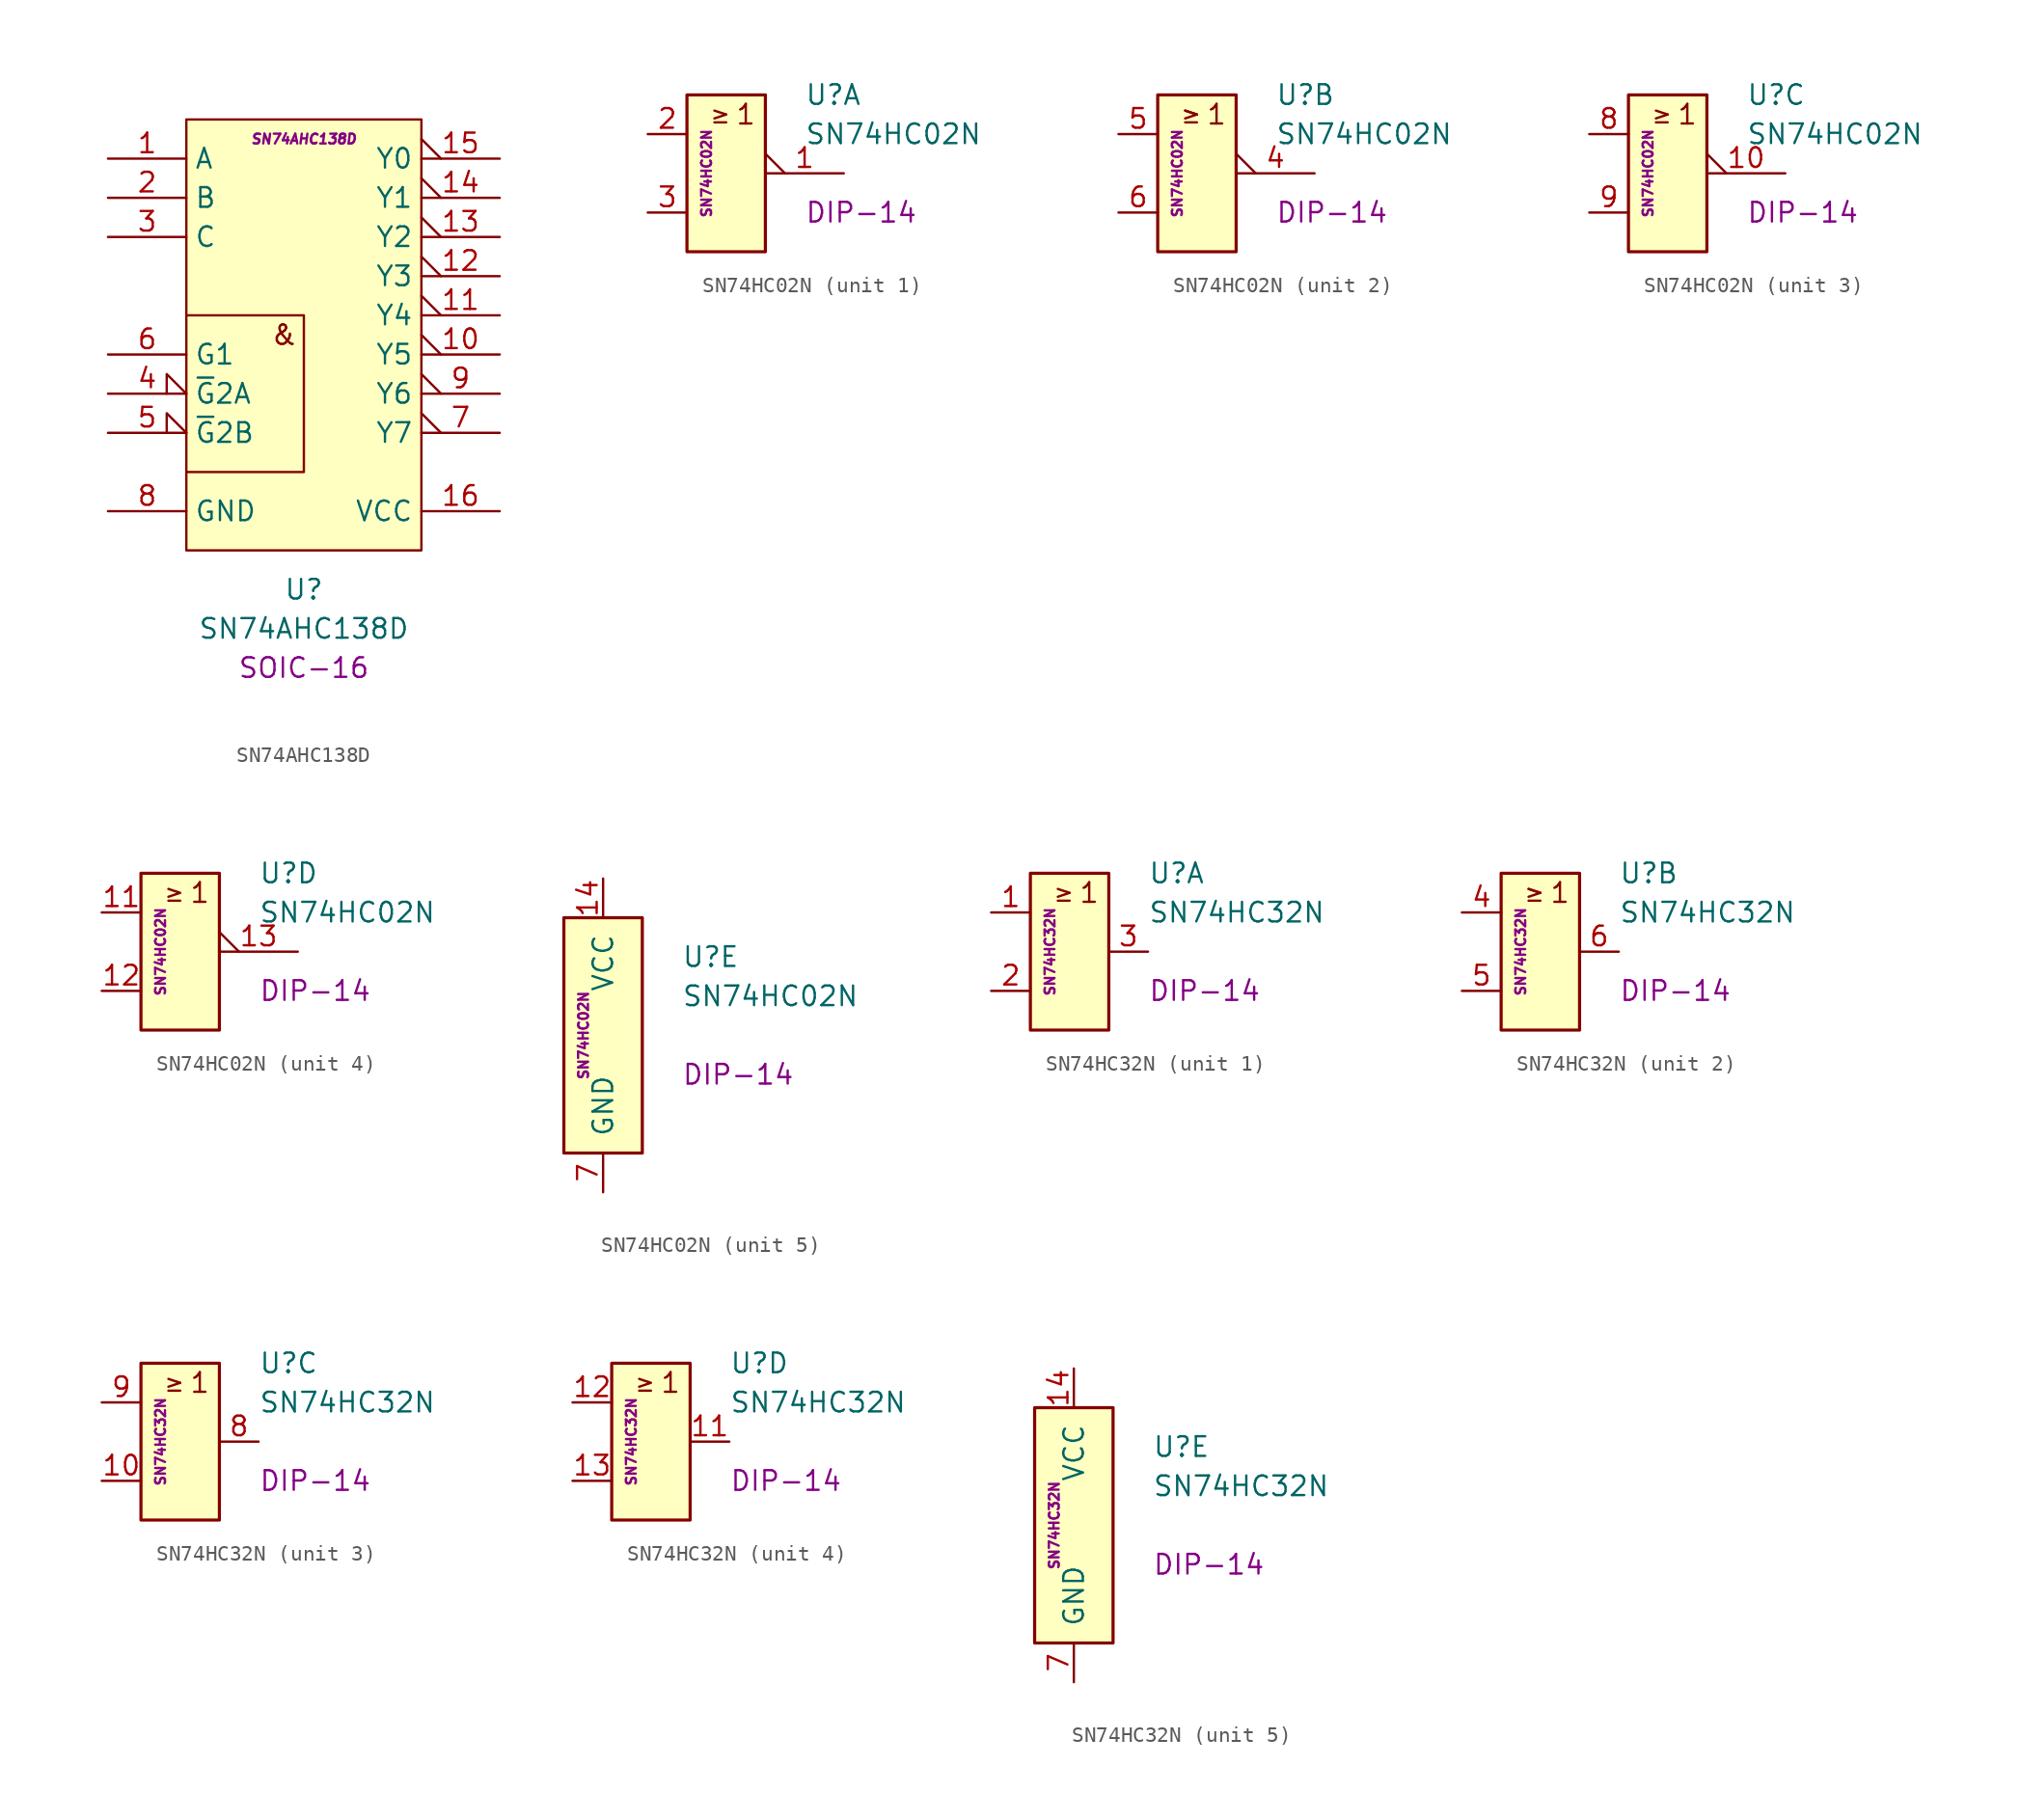
<source format=kicad_sym>
(kicad_symbol_lib
  (version 20201005)
  (generator kicad_symbol_editor)
  (symbol "U.Logic:SN74AHC138D"
    (property "Reference" "U"
      (at 0 -17.78 0)
      (effects (font (size 1.27 1.27))))
    (property "Value" "SN74AHC138D"
      (at 0 -20.32 0)
      (effects (font (size 1.27 1.27))))
    (property "Package" "SOIC-16"
      (at 0 -22.86 0)
      (effects (font (size 1.27 1.27))))
    (property "ID" "SN74AHC138D"
      (at 0 11.43 0)
      (effects (font (size 0.635 0.635) italic)))
    (symbol "SN74AHC138D_0_0"
      (text "&" (at -1.27 -1.27 0) (effects (font (size 1.27 1.27)))))
    (symbol "SN74AHC138D_0_1"
      (rectangle (start -7.62 12.7) (end 7.62 -15.24) (stroke (width 0.152)) (fill (type background)))
      (polyline (pts (xy -7.62 0) (xy 0 0) (xy 0 -10.16) (xy -7.62 -10.16)) (stroke (width 0.152)) (fill (type none))))
    (symbol "SN74AHC138D_1_1"
      (pin input line (at -12.7 10.16 0) (length 5.08) (name "A" (effects (font (size 1.27 1.27)))) (number "1" (effects (font (size 1.27 1.27)))))
      (pin output output_low (at 12.7 -2.54 180) (length 5.08) (name "Y5" (effects (font (size 1.27 1.27)))) (number "10" (effects (font (size 1.27 1.27)))))
      (pin output output_low (at 12.7 0 180) (length 5.08) (name "Y4" (effects (font (size 1.27 1.27)))) (number "11" (effects (font (size 1.27 1.27)))))
      (pin output output_low (at 12.7 2.54 180) (length 5.08) (name "Y3" (effects (font (size 1.27 1.27)))) (number "12" (effects (font (size 1.27 1.27)))))
      (pin output output_low (at 12.7 5.08 180) (length 5.08) (name "Y2" (effects (font (size 1.27 1.27)))) (number "13" (effects (font (size 1.27 1.27)))))
      (pin output output_low (at 12.7 7.62 180) (length 5.08) (name "Y1" (effects (font (size 1.27 1.27)))) (number "14" (effects (font (size 1.27 1.27)))))
      (pin output output_low (at 12.7 10.16 180) (length 5.08) (name "Y0" (effects (font (size 1.27 1.27)))) (number "15" (effects (font (size 1.27 1.27)))))
      (pin power_in line (at 12.7 -12.7 180) (length 5.08) (name "VCC" (effects (font (size 1.27 1.27)))) (number "16" (effects (font (size 1.27 1.27)))))
      (pin input line (at -12.7 7.62 0) (length 5.08) (name "B" (effects (font (size 1.27 1.27)))) (number "2" (effects (font (size 1.27 1.27)))))
      (pin input line (at -12.7 5.08 0) (length 5.08) (name "C" (effects (font (size 1.27 1.27)))) (number "3" (effects (font (size 1.27 1.27)))))
      (pin input input_low (at -12.7 -5.08 0) (length 5.08) (name "~G~2A" (effects (font (size 1.27 1.27)))) (number "4" (effects (font (size 1.27 1.27)))))
      (pin input input_low (at -12.7 -7.62 0) (length 5.08) (name "~G~2B" (effects (font (size 1.27 1.27)))) (number "5" (effects (font (size 1.27 1.27)))))
      (pin input line (at -12.7 -2.54 0) (length 5.08) (name "G1" (effects (font (size 1.27 1.27)))) (number "6" (effects (font (size 1.27 1.27)))))
      (pin output output_low (at 12.7 -7.62 180) (length 5.08) (name "Y7" (effects (font (size 1.27 1.27)))) (number "7" (effects (font (size 1.27 1.27)))))
      (pin power_in line (at -12.7 -12.7 0) (length 5.08) (name "GND" (effects (font (size 1.27 1.27)))) (number "8" (effects (font (size 1.27 1.27)))))
      (pin output output_low (at 12.7 -5.08 180) (length 5.08) (name "Y6" (effects (font (size 1.27 1.27)))) (number "9" (effects (font (size 1.27 1.27)))))))
  (symbol "U.Logic:SN74HC02N"
    (pin_names
      (offset 1.016))
    (property "Reference" "U"
      (at 5.08 5.08 0)
      (effects (font (size 1.27 1.27)) (justify left)))
    (property "Value" "SN74HC02N"
      (at 5.08 2.54 0)
      (effects (font (size 1.27 1.27)) (justify left)))
    (property "Package" "DIP-14"
      (at 5.08 -2.54 0)
      (effects (font (size 1.27 1.27)) (justify left)))
    (property "ID" "SN74HC02N"
      (at -1.27 0 90)
      (effects (font (size 0.635 0.635))))
    (property "ki_locked" ""
      (at 0 0 0)
      (effects (font (size 1.27 1.27))))
    (symbol "SN74HC02N_1_0"
      (text "1" (at 1.27 3.81 0) (effects (font (size 1.27 1.27)))))
    (symbol "SN74HC02N_1_1"
      (rectangle (start -2.54 5.08) (end 2.54 -5.08) (stroke (width 0.203)) (fill (type background)))
      (polyline (pts (xy -0.762 3.302) (xy 0 3.302)) (stroke (width 0)) (fill (type none)))
      (polyline (pts (xy 0 3.81) (xy -0.762 3.556)) (stroke (width 0)) (fill (type none)))
      (polyline (pts (xy 0 3.81) (xy -0.762 4.064)) (stroke (width 0)) (fill (type none)))
      (pin output output_low (at 7.62 0 180) (length 5.08) (name "~" (effects (font (size 1.27 1.27)))) (number "1" (effects (font (size 1.27 1.27)))))
      (pin input line (at -5.08 2.54 0) (length 2.54) (name "~" (effects (font (size 1.27 1.27)))) (number "2" (effects (font (size 1.27 1.27)))))
      (pin input line (at -5.08 -2.54 0) (length 2.54) (name "~" (effects (font (size 1.27 1.27)))) (number "3" (effects (font (size 1.27 1.27))))))
    (symbol "SN74HC02N_2_0"
      (text "1" (at 1.27 3.81 0) (effects (font (size 1.27 1.27))))
      (polyline (pts (xy -0.762 3.302) (xy 0 3.302)) (stroke (width 0)) (fill (type none)))
      (polyline (pts (xy -0.762 3.556) (xy 0 3.81)) (stroke (width 0)) (fill (type none)))
      (polyline (pts (xy -0.762 4.064) (xy 0 3.81)) (stroke (width 0)) (fill (type none))))
    (symbol "SN74HC02N_2_1"
      (rectangle (start -2.54 5.08) (end 2.54 -5.08) (stroke (width 0.203)) (fill (type background)))
      (polyline (pts (xy 0 3.81) (xy -0.762 4.064)) (stroke (width 0)) (fill (type none)))
      (pin output output_low (at 7.62 0 180) (length 5.08) (name "~" (effects (font (size 1.27 1.27)))) (number "4" (effects (font (size 1.27 1.27)))))
      (pin input line (at -5.08 2.54 0) (length 2.54) (name "~" (effects (font (size 1.27 1.27)))) (number "5" (effects (font (size 1.27 1.27)))))
      (pin input line (at -5.08 -2.54 0) (length 2.54) (name "~" (effects (font (size 1.27 1.27)))) (number "6" (effects (font (size 1.27 1.27))))))
    (symbol "SN74HC02N_3_0"
      (text "1" (at 1.27 3.81 0) (effects (font (size 1.27 1.27))))
      (polyline (pts (xy -0.762 3.302) (xy 0 3.302)) (stroke (width 0)) (fill (type none)))
      (polyline (pts (xy -0.762 3.556) (xy 0 3.81)) (stroke (width 0)) (fill (type none)))
      (polyline (pts (xy -0.762 4.064) (xy 0 3.81)) (stroke (width 0)) (fill (type none))))
    (symbol "SN74HC02N_3_1"
      (rectangle (start -2.54 5.08) (end 2.54 -5.08) (stroke (width 0.203)) (fill (type background)))
      (pin output output_low (at 7.62 0 180) (length 5.08) (name "~" (effects (font (size 1.27 1.27)))) (number "10" (effects (font (size 1.27 1.27)))))
      (pin input line (at -5.08 2.54 0) (length 2.54) (name "~" (effects (font (size 1.27 1.27)))) (number "8" (effects (font (size 1.27 1.27)))))
      (pin input line (at -5.08 -2.54 0) (length 2.54) (name "~" (effects (font (size 1.27 1.27)))) (number "9" (effects (font (size 1.27 1.27))))))
    (symbol "SN74HC02N_4_0"
      (text "1" (at 1.27 3.81 0) (effects (font (size 1.27 1.27))))
      (polyline (pts (xy -0.762 3.302) (xy 0 3.302)) (stroke (width 0)) (fill (type none)))
      (polyline (pts (xy -0.762 4.064) (xy 0 3.81) (xy -0.762 3.556)) (stroke (width 0)) (fill (type none))))
    (symbol "SN74HC02N_4_1"
      (rectangle (start -2.54 5.08) (end 2.54 -5.08) (stroke (width 0.203)) (fill (type background)))
      (pin input line (at -5.08 2.54 0) (length 2.54) (name "~" (effects (font (size 1.27 1.27)))) (number "11" (effects (font (size 1.27 1.27)))))
      (pin input line (at -5.08 -2.54 0) (length 2.54) (name "~" (effects (font (size 1.27 1.27)))) (number "12" (effects (font (size 1.27 1.27)))))
      (pin output output_low (at 7.62 0 180) (length 5.08) (name "~" (effects (font (size 1.27 1.27)))) (number "13" (effects (font (size 1.27 1.27))))))
    (symbol "SN74HC02N_5_1"
      (rectangle (start -2.54 7.62) (end 2.54 -7.62) (stroke (width 0.203)) (fill (type background)))
      (pin power_in line (at 0 10.16 270) (length 2.54) (name "VCC" (effects (font (size 1.27 1.27)))) (number "14" (effects (font (size 1.27 1.27)))))
      (pin power_in line (at 0 -10.16 90) (length 2.54) (name "GND" (effects (font (size 1.27 1.27)))) (number "7" (effects (font (size 1.27 1.27)))))))
  (symbol "U.Logic:SN74HC32N"
    (pin_names
      (offset 1.016))
    (property "Reference" "U"
      (at 5.08 5.08 0)
      (effects (font (size 1.27 1.27)) (justify left)))
    (property "Value" "SN74HC32N"
      (at 5.08 2.54 0)
      (effects (font (size 1.27 1.27)) (justify left)))
    (property "Package" "DIP-14"
      (at 5.08 -2.54 0)
      (effects (font (size 1.27 1.27)) (justify left)))
    (property "ID" "SN74HC32N"
      (at -1.27 0 90)
      (effects (font (size 0.635 0.635))))
    (property "ki_locked" ""
      (at 0 0 0)
      (effects (font (size 1.27 1.27))))
    (symbol "SN74HC32N_1_0"
      (text "1" (at 1.27 3.81 0) (effects (font (size 1.27 1.27)))))
    (symbol "SN74HC32N_1_1"
      (rectangle (start -2.54 5.08) (end 2.54 -5.08) (stroke (width 0.203)) (fill (type background)))
      (polyline (pts (xy -0.762 3.302) (xy 0 3.302)) (stroke (width 0)) (fill (type none)))
      (polyline (pts (xy 0 3.81) (xy -0.762 3.556)) (stroke (width 0)) (fill (type none)))
      (polyline (pts (xy 0 3.81) (xy -0.762 4.064)) (stroke (width 0)) (fill (type none)))
      (pin input line (at -5.08 2.54 0) (length 2.54) (name "~" (effects (font (size 1.27 1.27)))) (number "1" (effects (font (size 1.27 1.27)))))
      (pin input line (at -5.08 -2.54 0) (length 2.54) (name "~" (effects (font (size 1.27 1.27)))) (number "2" (effects (font (size 1.27 1.27)))))
      (pin output line (at 5.08 0 180) (length 2.54) (name "~" (effects (font (size 1.27 1.27)))) (number "3" (effects (font (size 1.27 1.27))))))
    (symbol "SN74HC32N_2_0"
      (text "1" (at 1.27 3.81 0) (effects (font (size 1.27 1.27))))
      (polyline (pts (xy -0.762 3.302) (xy 0 3.302)) (stroke (width 0)) (fill (type none)))
      (polyline (pts (xy -0.762 3.556) (xy 0 3.81)) (stroke (width 0)) (fill (type none)))
      (polyline (pts (xy -0.762 4.064) (xy 0 3.81)) (stroke (width 0)) (fill (type none))))
    (symbol "SN74HC32N_2_1"
      (rectangle (start -2.54 5.08) (end 2.54 -5.08) (stroke (width 0.203)) (fill (type background)))
      (polyline (pts (xy 0 3.81) (xy -0.762 4.064)) (stroke (width 0)) (fill (type none)))
      (pin input line (at -5.08 2.54 0) (length 2.54) (name "~" (effects (font (size 1.27 1.27)))) (number "4" (effects (font (size 1.27 1.27)))))
      (pin input line (at -5.08 -2.54 0) (length 2.54) (name "~" (effects (font (size 1.27 1.27)))) (number "5" (effects (font (size 1.27 1.27)))))
      (pin output line (at 5.08 0 180) (length 2.54) (name "~" (effects (font (size 1.27 1.27)))) (number "6" (effects (font (size 1.27 1.27))))))
    (symbol "SN74HC32N_3_0"
      (text "1" (at 1.27 3.81 0) (effects (font (size 1.27 1.27))))
      (polyline (pts (xy -0.762 3.302) (xy 0 3.302)) (stroke (width 0)) (fill (type none)))
      (polyline (pts (xy -0.762 3.556) (xy 0 3.81)) (stroke (width 0)) (fill (type none)))
      (polyline (pts (xy -0.762 4.064) (xy 0 3.81)) (stroke (width 0)) (fill (type none))))
    (symbol "SN74HC32N_3_1"
      (rectangle (start -2.54 5.08) (end 2.54 -5.08) (stroke (width 0.203)) (fill (type background)))
      (pin input line (at -5.08 -2.54 0) (length 2.54) (name "~" (effects (font (size 1.27 1.27)))) (number "10" (effects (font (size 1.27 1.27)))))
      (pin output line (at 5.08 0 180) (length 2.54) (name "~" (effects (font (size 1.27 1.27)))) (number "8" (effects (font (size 1.27 1.27)))))
      (pin input line (at -5.08 2.54 0) (length 2.54) (name "~" (effects (font (size 1.27 1.27)))) (number "9" (effects (font (size 1.27 1.27))))))
    (symbol "SN74HC32N_4_0"
      (text "1" (at 1.27 3.81 0) (effects (font (size 1.27 1.27))))
      (polyline (pts (xy -0.762 3.302) (xy 0 3.302)) (stroke (width 0)) (fill (type none)))
      (polyline (pts (xy -0.762 4.064) (xy 0 3.81) (xy -0.762 3.556)) (stroke (width 0)) (fill (type none))))
    (symbol "SN74HC32N_4_1"
      (rectangle (start -2.54 5.08) (end 2.54 -5.08) (stroke (width 0.203)) (fill (type background)))
      (pin output line (at 5.08 0 180) (length 2.54) (name "~" (effects (font (size 1.27 1.27)))) (number "11" (effects (font (size 1.27 1.27)))))
      (pin input line (at -5.08 2.54 0) (length 2.54) (name "~" (effects (font (size 1.27 1.27)))) (number "12" (effects (font (size 1.27 1.27)))))
      (pin input line (at -5.08 -2.54 0) (length 2.54) (name "~" (effects (font (size 1.27 1.27)))) (number "13" (effects (font (size 1.27 1.27))))))
    (symbol "SN74HC32N_5_1"
      (rectangle (start -2.54 7.62) (end 2.54 -7.62) (stroke (width 0.203)) (fill (type background)))
      (pin power_in line (at 0 10.16 270) (length 2.54) (name "VCC" (effects (font (size 1.27 1.27)))) (number "14" (effects (font (size 1.27 1.27)))))
      (pin power_in line (at 0 -10.16 90) (length 2.54) (name "GND" (effects (font (size 1.27 1.27)))) (number "7" (effects (font (size 1.27 1.27))))))))
</source>
